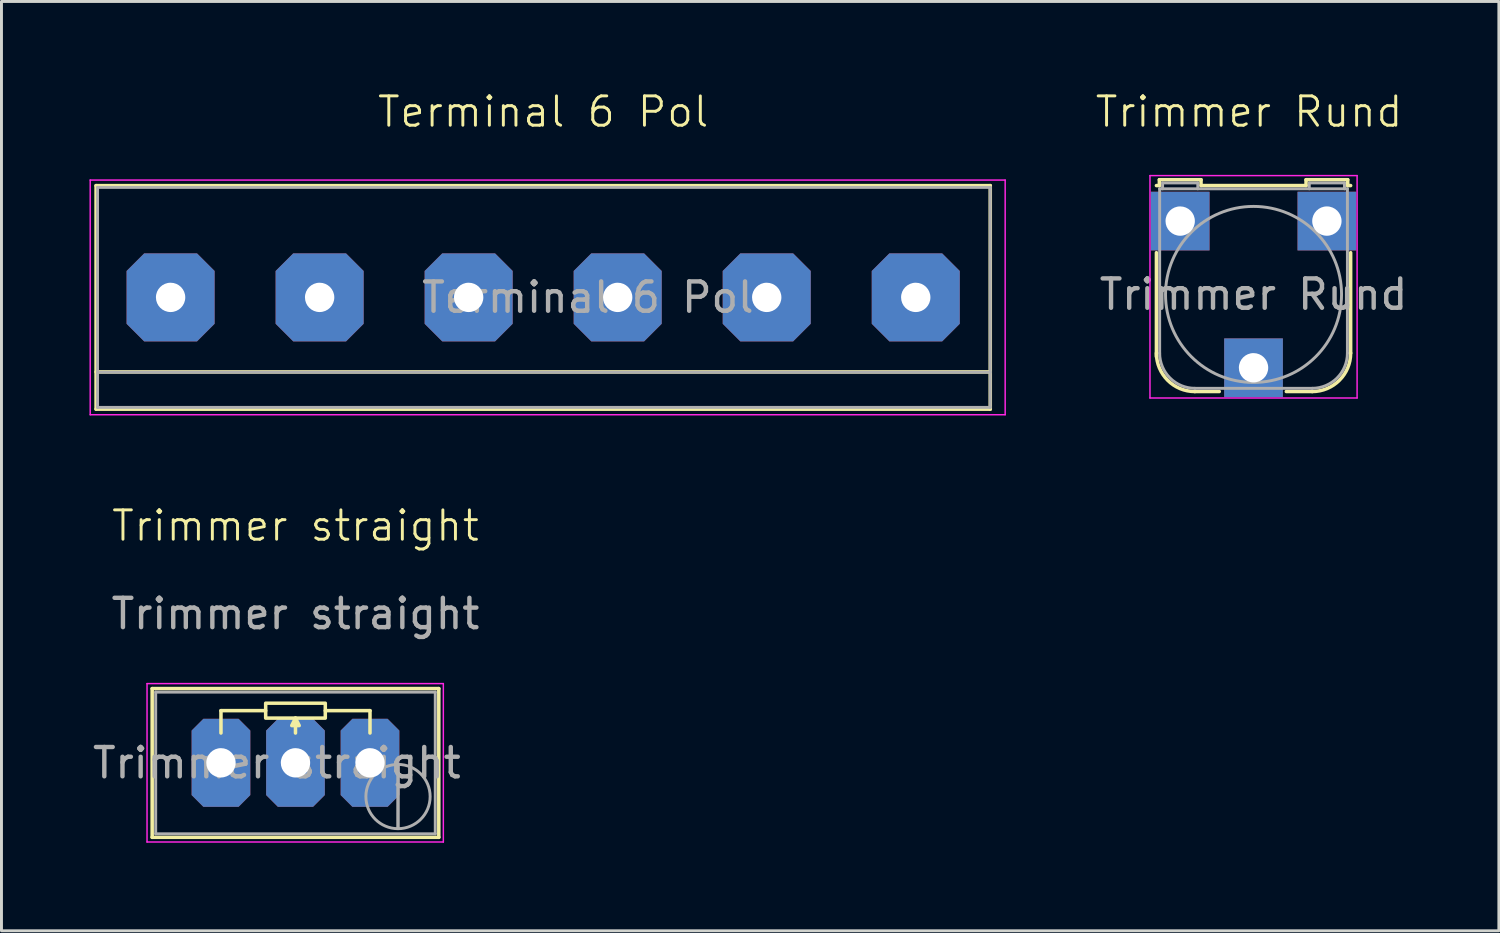
<source format=kicad_pcb>
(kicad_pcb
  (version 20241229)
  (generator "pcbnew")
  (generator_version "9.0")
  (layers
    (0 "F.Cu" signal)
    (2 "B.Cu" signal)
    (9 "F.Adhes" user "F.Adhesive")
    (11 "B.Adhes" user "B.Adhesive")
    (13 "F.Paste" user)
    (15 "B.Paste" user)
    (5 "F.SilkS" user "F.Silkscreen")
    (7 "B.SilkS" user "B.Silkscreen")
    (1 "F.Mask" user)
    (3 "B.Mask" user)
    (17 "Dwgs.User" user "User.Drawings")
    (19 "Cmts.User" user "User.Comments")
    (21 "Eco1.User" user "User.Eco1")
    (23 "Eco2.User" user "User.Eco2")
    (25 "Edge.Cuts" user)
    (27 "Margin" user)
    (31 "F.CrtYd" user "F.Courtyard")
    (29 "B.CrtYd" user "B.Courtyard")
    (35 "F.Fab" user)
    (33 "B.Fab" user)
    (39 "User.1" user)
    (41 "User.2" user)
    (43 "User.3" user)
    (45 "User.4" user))
  (footprint "Trimmer straight"
    (layer "F.Cu")
    (at 7.022 22.952)
    (property "Reference" "Trimmer straight" (at 0 -8.08 0) (unlocked yes) (layer "F.SilkS") (effects (font (size 1 1) (thickness 0.1))))
    (attr through_hole)
    (fp_line (start -4.885 -2.53) (end -4.885 2.54) (stroke (width 0.12) (type solid)) (layer "F.SilkS"))
    (fp_line (start -4.885 -2.53) (end 4.885 -2.53) (stroke (width 0.12) (type solid)) (layer "F.SilkS"))
    (fp_line (start -4.885 2.54) (end 4.885 2.54) (stroke (width 0.12) (type solid)) (layer "F.SilkS"))
    (fp_line (start -2.54 -1.778) (end -2.54 -1.016) (stroke (width 0.12) (type solid)) (layer "F.SilkS"))
    (fp_line (start -1.016 -1.778) (end -2.54 -1.778) (stroke (width 0.12) (type solid)) (layer "F.SilkS"))
    (fp_line (start 0 -1.524) (end 0 -1.016) (stroke (width 0.12) (type solid)) (layer "F.SilkS"))
    (fp_line (start 1.016 -1.778) (end 2.54 -1.778) (stroke (width 0.12) (type solid)) (layer "F.SilkS"))
    (fp_line (start 2.54 -1.778) (end 2.54 -1.016) (stroke (width 0.12) (type solid)) (layer "F.SilkS"))
    (fp_line (start 4.885 -2.53) (end 4.885 2.54) (stroke (width 0.12) (type solid)) (layer "F.SilkS"))
    (fp_rect (start -1.016 -2.032) (end 1.016 -1.524) (stroke (width 0.12) (type solid)) (fill no) (layer "F.SilkS"))
    (fp_poly (pts (xy 0.127 -1.27) (xy -0.127 -1.27) (xy 0 -1.524)) (stroke (width 0.12) (type solid)) (fill yes) (layer "F.SilkS"))
    (fp_line (start -5.06 -2.7) (end -5.06 2.7) (stroke (width 0.05) (type solid)) (layer "F.CrtYd"))
    (fp_line (start -5.06 2.7) (end 5.04 2.7) (stroke (width 0.05) (type solid)) (layer "F.CrtYd"))
    (fp_line (start 5.04 -2.7) (end -5.06 -2.7) (stroke (width 0.05) (type solid)) (layer "F.CrtYd"))
    (fp_line (start 5.04 2.7) (end 5.04 -2.7) (stroke (width 0.05) (type solid)) (layer "F.CrtYd"))
    (fp_line (start -4.765 -2.41) (end -4.765 2.42) (stroke (width 0.1) (type solid)) (layer "F.Fab"))
    (fp_line (start -4.765 2.42) (end 4.765 2.42) (stroke (width 0.1) (type solid)) (layer "F.Fab"))
    (fp_line (start 3.495 2.235) (end 3.496 0.066) (stroke (width 0.1) (type solid)) (layer "F.Fab"))
    (fp_line (start 3.495 2.235) (end 3.496 0.066) (stroke (width 0.1) (type solid)) (layer "F.Fab"))
    (fp_line (start 4.765 -2.41) (end -4.765 -2.41) (stroke (width 0.1) (type solid)) (layer "F.Fab"))
    (fp_line (start 4.765 2.42) (end 4.765 -2.41) (stroke (width 0.1) (type solid)) (layer "F.Fab"))
    (fp_circle (center 3.495 1.15) (end 4.59 1.15) (stroke (width 0.1) (type solid)) (fill no) (layer "F.Fab"))
    (fp_text user "${REFERENCE}" (at -0.635 0.005 0) (layer "F.Fab") (effects (font (size 1 1) (thickness 0.15))))
    (fp_text user "${REFERENCE}" (at 0 -5.08 0) (unlocked yes) (layer "F.Fab") (effects (font (size 1 1) (thickness 0.15))))
    (pad "1" thru_hole roundrect (at 2.54 0) (size 2 3) (drill 1) (layers "*.Cu" "*.Mask") (roundrect_rratio 0) (chamfer_ratio 0.2) (chamfer top_left top_right bottom_left bottom_right))
    (pad "2" thru_hole roundrect (at 0 0) (size 2 3) (drill 1) (layers "*.Cu" "*.Mask") (roundrect_rratio 0) (chamfer_ratio 0.2) (chamfer top_left top_right bottom_left bottom_right))
    (pad "3" thru_hole roundrect (at -2.54 0) (size 2 3) (drill 1) (layers "*.Cu" "*.Mask") (roundrect_rratio 0) (chamfer_ratio 0.2) (chamfer top_left top_right bottom_left bottom_right)))
  (footprint "Trimmer Rund"
    (layer "F.Cu")
    (at 39.526 4.486)
    (property "Reference" "Trimmer Rund" (at 0 -3.725 0) (unlocked yes) (layer "F.SilkS") (effects (font (size 1 1) (thickness 0.1))))
    (attr through_hole)
    (fp_line (start -3.157 4.617) (end -3.157 1.077) (stroke (width 0.12) (type solid)) (layer "F.SilkS"))
    (fp_line (start -3.057 -1.41) (end -3.057 -1.21) (stroke (width 0.12) (type solid)) (layer "F.SilkS"))
    (fp_line (start -3.057 -1.41) (end -1.637 -1.41) (stroke (width 0.12) (type solid)) (layer "F.SilkS"))
    (fp_line (start -3.057 -1.21) (end -3.157 -1.21) (stroke (width 0.12) (type solid)) (layer "F.SilkS"))
    (fp_line (start -1.637 -1.21) (end -1.637 -1.41) (stroke (width 0.12) (type solid)) (layer "F.SilkS"))
    (fp_line (start -1.637 -1.21) (end 1.943 -1.21) (stroke (width 0.12) (type solid)) (layer "F.SilkS"))
    (fp_line (start -1.016 5.81) (end -1.847 5.81) (stroke (width 0.12) (type solid)) (layer "F.SilkS"))
    (fp_line (start 1.943 -1.41) (end 3.363 -1.41) (stroke (width 0.12) (type solid)) (layer "F.SilkS"))
    (fp_line (start 1.943 -1.21) (end 1.943 -1.41) (stroke (width 0.12) (type solid)) (layer "F.SilkS"))
    (fp_line (start 2.153 5.81) (end 1.27 5.81) (stroke (width 0.12) (type solid)) (layer "F.SilkS"))
    (fp_line (start 3.363 -1.41) (end 3.363 -1.21) (stroke (width 0.12) (type solid)) (layer "F.SilkS"))
    (fp_line (start 3.363 -1.21) (end 3.463 -1.21) (stroke (width 0.12) (type solid)) (layer "F.SilkS"))
    (fp_line (start 3.463 1.077) (end 3.463 4.5) (stroke (width 0.12) (type solid)) (layer "F.SilkS"))
    (fp_arc (start -1.847 5.81) (mid -2.77331 5.42631) (end -3.157 4.5) (stroke (width 0.12) (type solid)) (layer "F.SilkS"))
    (fp_arc (start 3.463 4.5) (mid 3.07931 5.42631) (end 2.153 5.81) (stroke (width 0.12) (type solid)) (layer "F.SilkS"))
    (fp_line (start -3.377 -1.55) (end -3.377 6.03) (stroke (width 0.05) (type solid)) (layer "F.CrtYd"))
    (fp_line (start -3.377 -1.55) (end 3.683 -1.55) (stroke (width 0.05) (type solid)) (layer "F.CrtYd"))
    (fp_line (start 3.683 6.03) (end -3.377 6.03) (stroke (width 0.05) (type solid)) (layer "F.CrtYd"))
    (fp_line (start 3.683 6.03) (end 3.683 -1.55) (stroke (width 0.05) (type solid)) (layer "F.CrtYd"))
    (fp_line (start -3.047 4.5) (end -3.047 -1.1) (stroke (width 0.1) (type solid)) (layer "F.Fab"))
    (fp_line (start -2.947 -1.3) (end -1.747 -1.3) (stroke (width 0.1) (type solid)) (layer "F.Fab"))
    (fp_line (start -2.947 -1.1) (end -2.947 -1.3) (stroke (width 0.1) (type solid)) (layer "F.Fab"))
    (fp_line (start -1.847 5.7) (end 2.153 5.7) (stroke (width 0.1) (type solid)) (layer "F.Fab"))
    (fp_line (start -1.747 -1.3) (end -1.747 -1.1) (stroke (width 0.1) (type solid)) (layer "F.Fab"))
    (fp_line (start 2.053 -1.3) (end 2.053 -1.1) (stroke (width 0.1) (type solid)) (layer "F.Fab"))
    (fp_line (start 3.253 -1.3) (end 2.063 -1.3) (stroke (width 0.1) (type solid)) (layer "F.Fab"))
    (fp_line (start 3.253 -1.1) (end 3.253 -1.3) (stroke (width 0.1) (type solid)) (layer "F.Fab"))
    (fp_line (start 3.353 -1.1) (end -3.047 -1.1) (stroke (width 0.1) (type solid)) (layer "F.Fab"))
    (fp_line (start 3.353 4.5) (end 3.353 -1.1) (stroke (width 0.1) (type solid)) (layer "F.Fab"))
    (fp_arc (start -1.847 5.7) (mid -2.695528 5.348528) (end -3.047 4.5) (stroke (width 0.1) (type solid)) (layer "F.Fab"))
    (fp_arc (start 3.353 4.5) (mid 3.001528 5.348528) (end 2.153 5.7) (stroke (width 0.1) (type solid)) (layer "F.Fab"))
    (fp_circle (center 0.153 2.5) (end 3.153 2.5) (stroke (width 0.1) (type solid)) (fill no) (layer "F.Fab"))
    (fp_text user "${REFERENCE}" (at 0.153 2.5 0) (layer "F.Fab") (effects (font (size 1 1) (thickness 0.15))))
    (pad "1" thru_hole rect (at -2.347 0) (size 2 2) (drill 1) (layers "*.Cu" "*.Mask"))
    (pad "2" thru_hole rect (at 0.153 5) (size 2 2) (drill 1) (layers "*.Cu" "*.Mask"))
    (pad "3" thru_hole rect (at 2.653 0) (size 2 2) (drill 1) (layers "*.Cu" "*.Mask")))
  (footprint "Terminal 6 Pol"
    (layer "F.Cu")
    (at 2.765 7.087)
    (property "Reference" "Terminal 6 Pol" (at 12.7 -6.326 0) (unlocked yes) (layer "F.SilkS") (effects (font (size 1 1) (thickness 0.1))))
    (attr through_hole)
    (fp_line (start -2.54 -3.81) (end -2.54 3.81) (stroke (width 0.12) (type solid)) (layer "F.SilkS"))
    (fp_line (start -2.54 -3.81) (end 27.94 -3.81) (stroke (width 0.12) (type solid)) (layer "F.SilkS"))
    (fp_line (start -2.54 2.54) (end 27.94 2.54) (stroke (width 0.12) (type solid)) (layer "F.SilkS"))
    (fp_line (start -2.54 3.81) (end 27.94 3.81) (stroke (width 0.12) (type solid)) (layer "F.SilkS"))
    (fp_line (start 27.94 -3.81) (end 27.94 3.81) (stroke (width 0.12) (type solid)) (layer "F.SilkS"))
    (fp_line (start -2.74 -4) (end -2.74 4) (stroke (width 0.05) (type solid)) (layer "F.CrtYd"))
    (fp_line (start -2.74 -4) (end 28.448 -4) (stroke (width 0.05) (type solid)) (layer "F.CrtYd"))
    (fp_line (start 28.448 4) (end -2.74 4) (stroke (width 0.05) (type solid)) (layer "F.CrtYd"))
    (fp_line (start 28.448 4) (end 28.448 -4) (stroke (width 0.05) (type solid)) (layer "F.CrtYd"))
    (fp_line (start -2.49 -3.75) (end -2.49 3.75) (stroke (width 0.1) (type solid)) (layer "F.Fab"))
    (fp_line (start -2.49 2.55) (end 27.94 2.55) (stroke (width 0.1) (type solid)) (layer "F.Fab"))
    (fp_line (start -2.49 3.75) (end 27.94 3.75) (stroke (width 0.1) (type solid)) (layer "F.Fab"))
    (fp_line (start 27.94 -3.75) (end -2.49 -3.75) (stroke (width 0.1) (type solid)) (layer "F.Fab"))
    (fp_line (start 27.94 3.75) (end 27.94 -3.75) (stroke (width 0.1) (type solid)) (layer "F.Fab"))
    (fp_text user "${REFERENCE}" (at 14.224 0 0) (layer "F.Fab") (effects (font (size 1 1) (thickness 0.15))))
    (pad "1" thru_hole roundrect (at 0 0) (size 3 3) (drill 1) (layers "*.Cu" "*.Mask") (roundrect_rratio 0) (chamfer_ratio 0.2) (chamfer top_left top_right bottom_left bottom_right))
    (pad "2" thru_hole roundrect (at 5.08 0) (size 3 3) (drill 1) (layers "*.Cu" "*.Mask") (roundrect_rratio 0) (chamfer_ratio 0.2) (chamfer top_left top_right bottom_left bottom_right))
    (pad "3" thru_hole roundrect (at 10.16 0) (size 3 3) (drill 1) (layers "*.Cu" "*.Mask") (roundrect_rratio 0) (chamfer_ratio 0.2) (chamfer top_left top_right bottom_left bottom_right))
    (pad "4" thru_hole roundrect (at 15.24 0) (size 3 3) (drill 1) (layers "*.Cu" "*.Mask") (roundrect_rratio 0) (chamfer_ratio 0.2) (chamfer top_left top_right bottom_left bottom_right))
    (pad "5" thru_hole roundrect (at 20.32 0) (size 3 3) (drill 1) (layers "*.Cu" "*.Mask") (roundrect_rratio 0) (chamfer_ratio 0.2) (chamfer top_left top_right bottom_left bottom_right))
    (pad "6" thru_hole roundrect (at 25.4 0) (size 3 3) (drill 1) (layers "*.Cu" "*.Mask") (roundrect_rratio 0) (chamfer_ratio 0.2) (chamfer top_left top_right bottom_left bottom_right)))
  (gr_rect
    (start -3 -3)
    (end 48.042 28.677)
    (stroke (width 0.1) (type default))
    (fill no)
    (layer "Edge.Cuts")))
</source>
